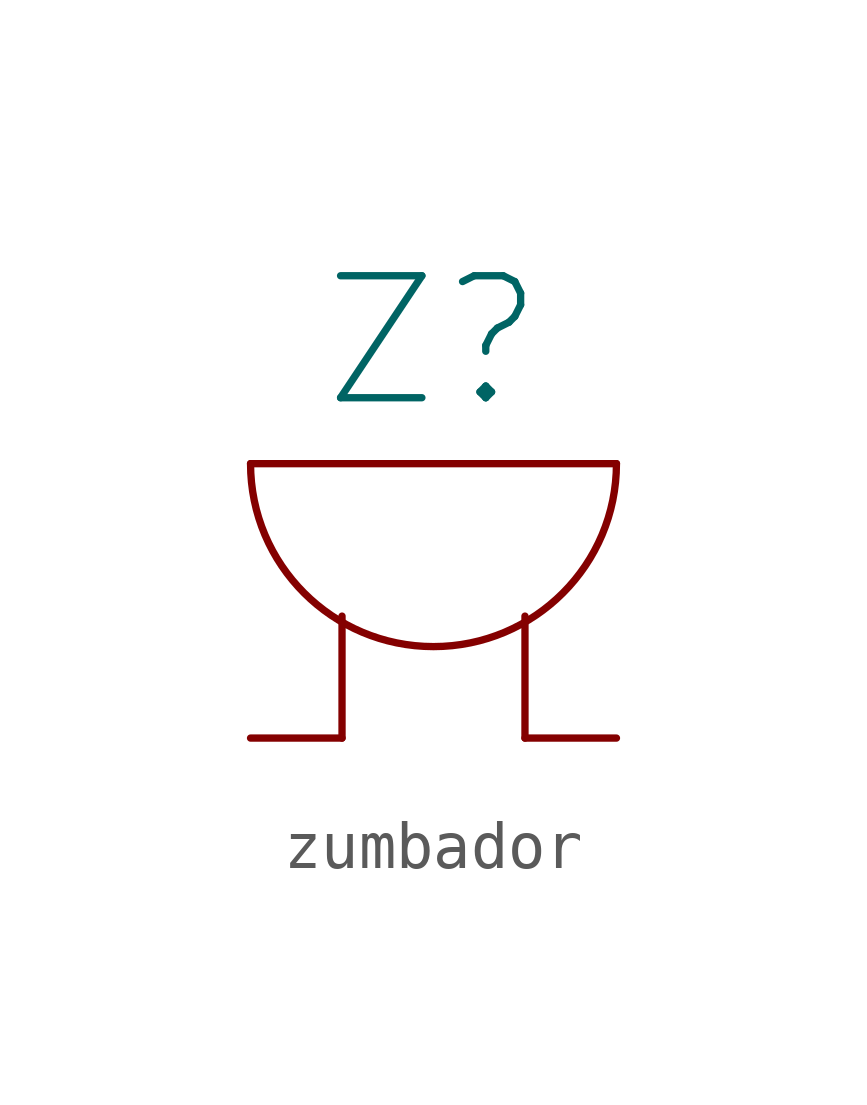
<source format=kicad_sym>
(kicad_symbol_lib
  (version 20220914)
  (generator kicad_symbol_editor)
  (symbol "zumbador"
    (pin_names
      (offset 1.016))
    (property "Reference" "Z"
      (at 3.81 8.255 0)
      (effects (font (size 2.54 2.54))))
    (symbol "zumbador_0_0"
      (polyline (pts (xy 0 5.715) (xy 7.62 5.715)) (stroke (width 0) (type default)) (fill (type none)))
      (polyline (pts (xy 1.905 0) (xy 1.905 2.54)) (stroke (width 0) (type default)) (fill (type none)))
      (polyline (pts (xy 5.715 0) (xy 5.715 2.54)) (stroke (width 0) (type default)) (fill (type none)))
      (arc (start 0 5.715) (mid 3.81 1.9216) (end 7.62 5.715) (stroke (width 0) (type default)) (fill (type none))))
    (symbol "zumbador_1_1"
      (pin input line (at 0 0 0) (length 1.905) (name "" (effects (font (size 1.27 1.27)))) (number "" (effects (font (size 1.143 1.143)))))
      (pin input line (at 7.62 0 180) (length 1.905) (name "" (effects (font (size 1.27 1.27)))) (number "" (effects (font (size 1.143 1.143))))))))
</source>
